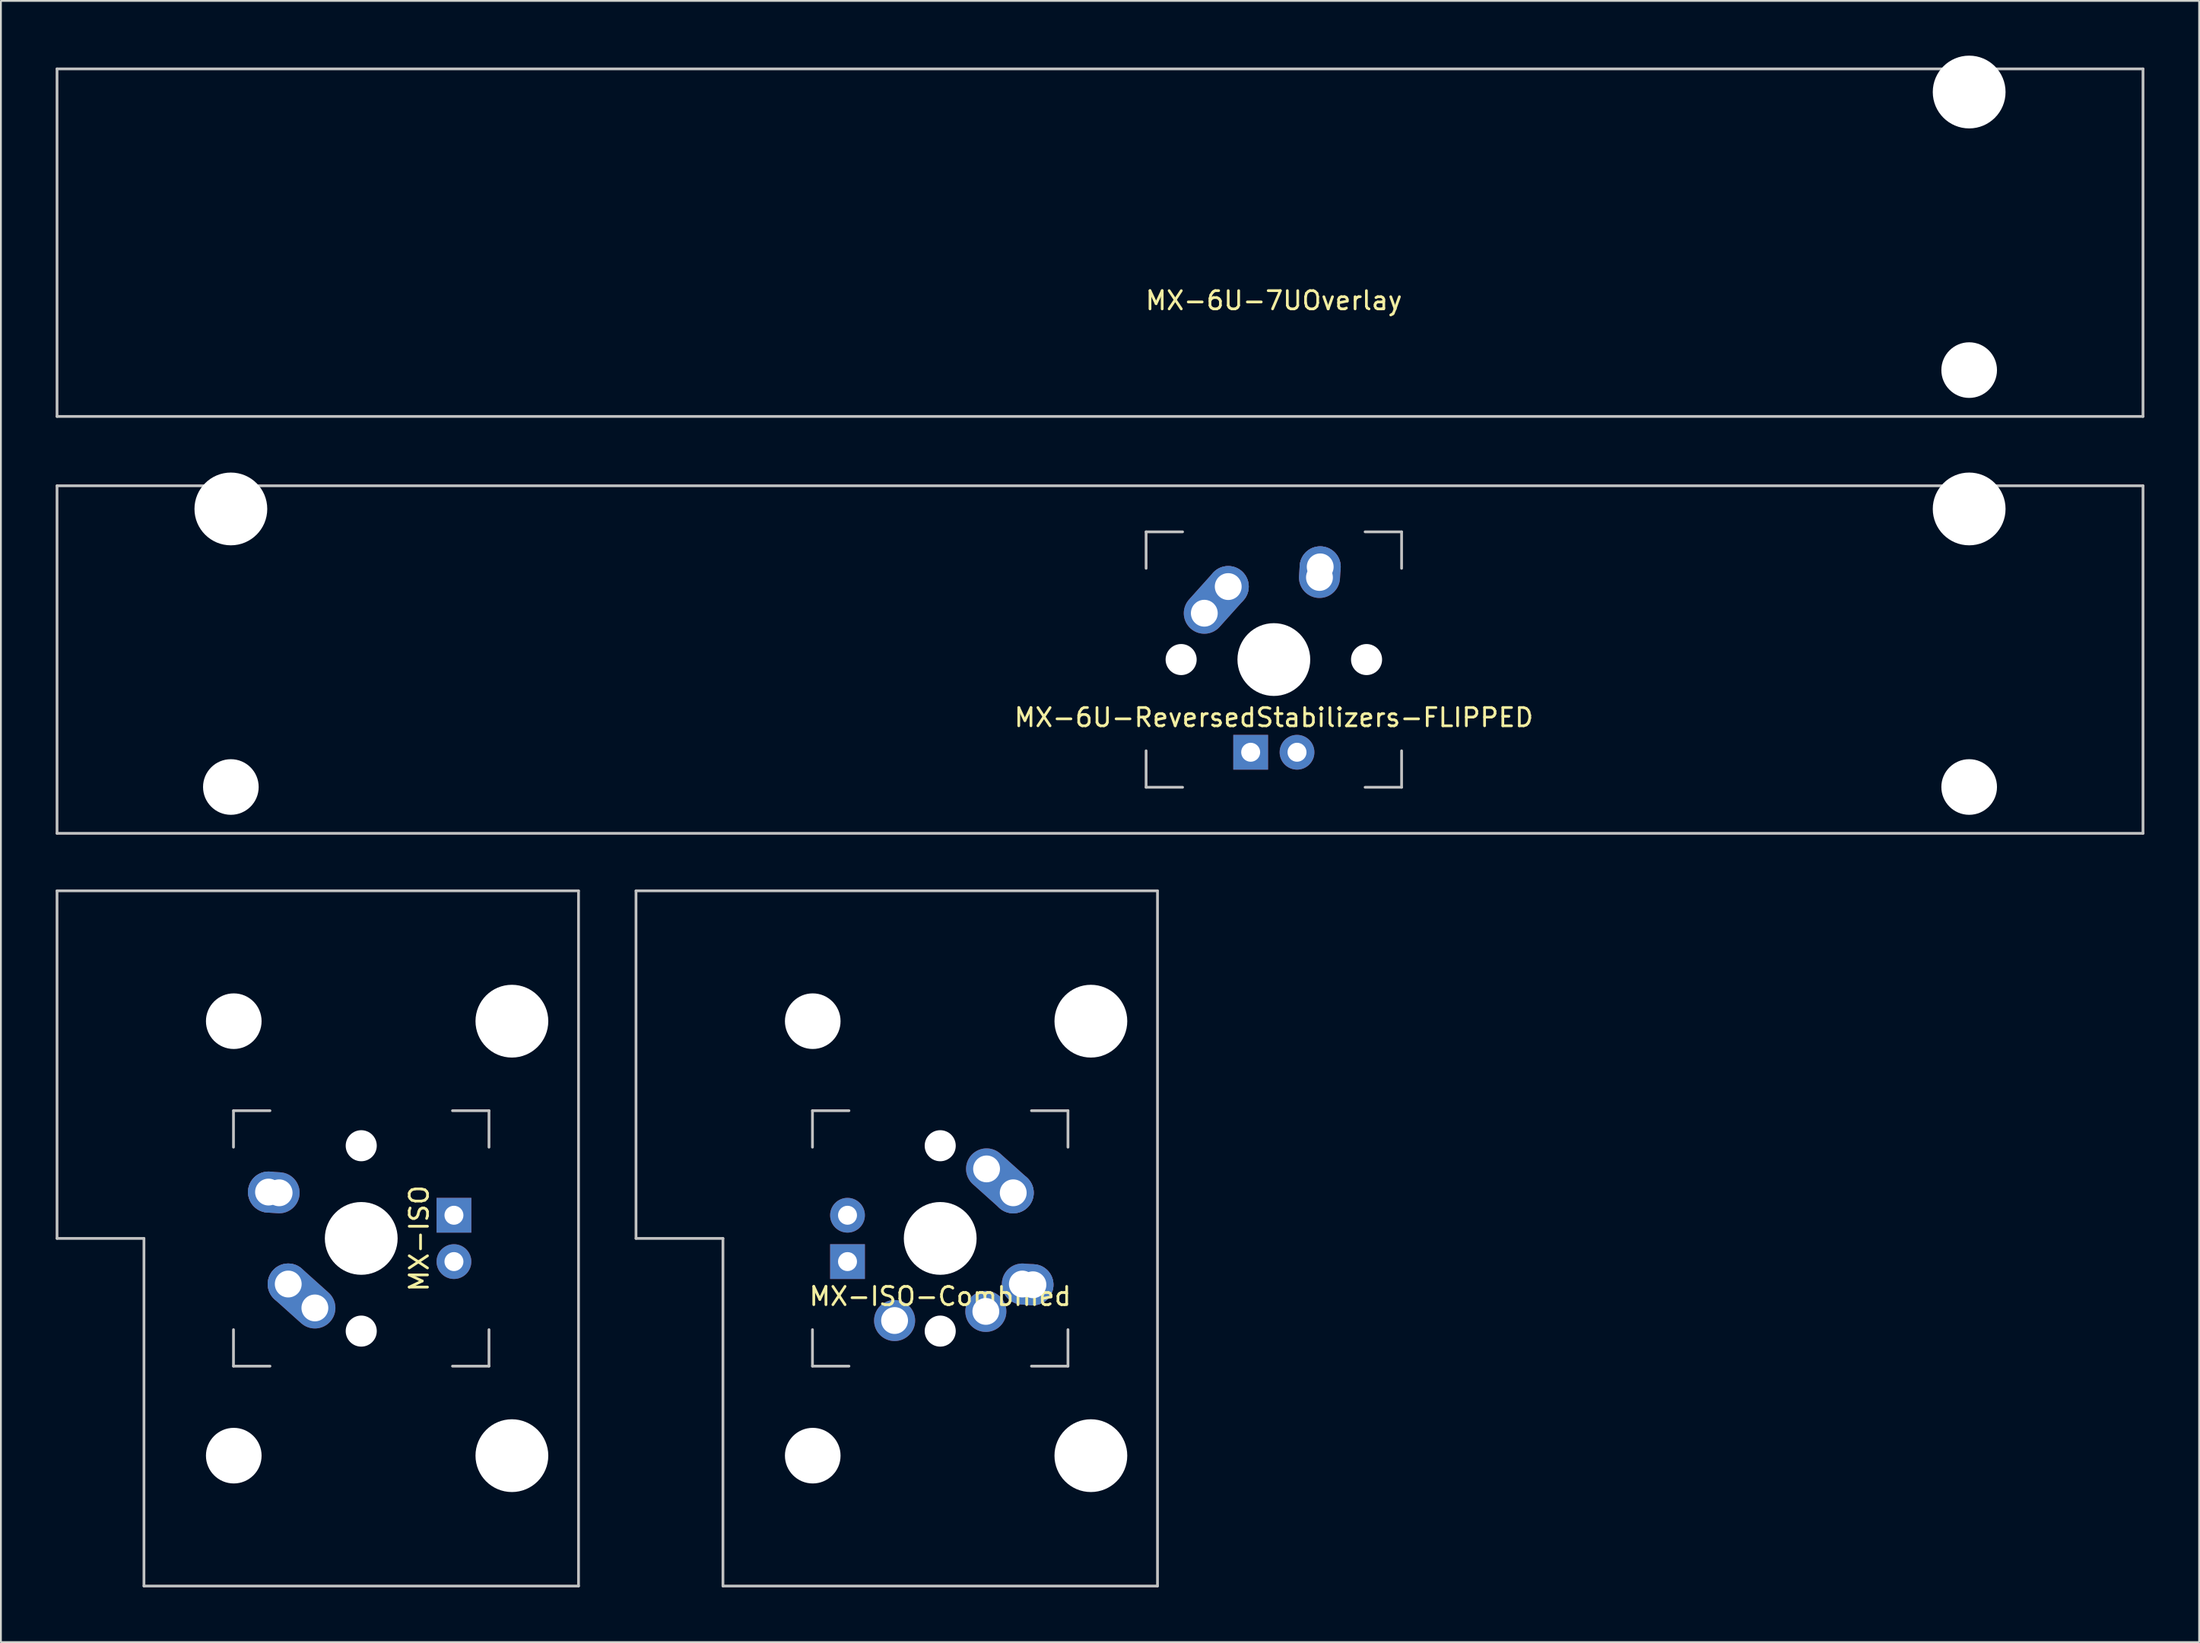
<source format=kicad_pcb>
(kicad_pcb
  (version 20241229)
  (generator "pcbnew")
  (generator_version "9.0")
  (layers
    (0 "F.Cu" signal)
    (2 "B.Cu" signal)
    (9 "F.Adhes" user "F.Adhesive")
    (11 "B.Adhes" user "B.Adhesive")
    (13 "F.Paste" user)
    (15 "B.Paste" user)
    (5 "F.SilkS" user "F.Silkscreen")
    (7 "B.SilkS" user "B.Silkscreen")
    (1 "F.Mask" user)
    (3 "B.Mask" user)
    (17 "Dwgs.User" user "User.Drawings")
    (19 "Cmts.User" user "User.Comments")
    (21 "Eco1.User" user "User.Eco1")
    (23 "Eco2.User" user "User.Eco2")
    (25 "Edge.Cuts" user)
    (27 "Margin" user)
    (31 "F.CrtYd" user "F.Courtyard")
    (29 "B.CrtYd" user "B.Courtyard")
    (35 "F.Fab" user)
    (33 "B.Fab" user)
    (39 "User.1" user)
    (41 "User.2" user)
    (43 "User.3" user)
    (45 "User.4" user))
  (footprint "MX-6U-ReversedStabilizers-FLIPPED"
    (layer "F.Cu")
    (at 57.225 33.098)
    (property "Reference" "MX-6U-ReversedStabilizers-FLIPPED" (at 9.525 3.175 0) (layer "F.SilkS") (effects (font (size 1 1) (thickness 0.15))))
    (attr through_hole)
    (fp_line (start -57.15 -9.525) (end 57.15 -9.525) (stroke (width 0.15) (type solid)) (layer "Dwgs.User"))
    (fp_line (start -57.15 9.525) (end -57.15 -9.525) (stroke (width 0.15) (type solid)) (layer "Dwgs.User"))
    (fp_line (start -57.15 9.525) (end 57.15 9.525) (stroke (width 0.15) (type solid)) (layer "Dwgs.User"))
    (fp_line (start 2.525 -7) (end 2.525 -5) (stroke (width 0.15) (type solid)) (layer "Dwgs.User"))
    (fp_line (start 2.525 5) (end 2.525 7) (stroke (width 0.15) (type solid)) (layer "Dwgs.User"))
    (fp_line (start 2.525 7) (end 4.525 7) (stroke (width 0.15) (type solid)) (layer "Dwgs.User"))
    (fp_line (start 4.525 -7) (end 2.525 -7) (stroke (width 0.15) (type solid)) (layer "Dwgs.User"))
    (fp_line (start 14.525 -7) (end 16.525 -7) (stroke (width 0.15) (type solid)) (layer "Dwgs.User"))
    (fp_line (start 14.525 7) (end 16.525 7) (stroke (width 0.15) (type solid)) (layer "Dwgs.User"))
    (fp_line (start 16.525 -7) (end 16.525 -5) (stroke (width 0.15) (type solid)) (layer "Dwgs.User"))
    (fp_line (start 16.525 7) (end 16.525 5) (stroke (width 0.15) (type solid)) (layer "Dwgs.User"))
    (fp_line (start 57.15 -9.525) (end 57.15 9.525) (stroke (width 0.15) (type solid)) (layer "Dwgs.User"))
    (pad "" np_thru_hole circle (at -47.625 -8.255) (size 3.988 3.988) (drill 3.988) (layers "*.Cu" "*.Mask"))
    (pad "" np_thru_hole circle (at -47.625 6.985) (size 3.048 3.048) (drill 3.048) (layers "*.Cu" "*.Mask"))
    (pad "" np_thru_hole circle (at 4.445 0 48.1) (size 1.702 1.702) (drill 1.702) (layers "*.Cu" "*.Mask"))
    (pad "" np_thru_hole circle (at 9.525 0) (size 3.988 3.988) (drill 3.988) (layers "*.Cu" "*.Mask"))
    (pad "" np_thru_hole circle (at 14.605 0 48.1) (size 1.702 1.702) (drill 1.702) (layers "*.Cu" "*.Mask"))
    (pad "" np_thru_hole circle (at 47.625 -8.255) (size 3.988 3.988) (drill 3.988) (layers "*.Cu" "*.Mask"))
    (pad "" np_thru_hole circle (at 47.625 6.985) (size 3.048 3.048) (drill 3.048) (layers "*.Cu" "*.Mask"))
    (pad "1" thru_hole oval (at 5.715 -2.54 48.1) (size 4.212 2.25) (drill 1.47 (offset 0.981 0)) (layers "*.Cu" "*.Mask"))
    (pad "1" thru_hole circle (at 7.025 -4) (size 2.25 2.25) (drill 1.47) (layers "*.Cu" "*.Mask"))
    (pad "2" thru_hole oval (at 12.025 -4.5 86.055) (size 2.831 2.25) (drill 1.47 (offset 0.291 0)) (layers "*.Cu" "*.Mask"))
    (pad "2" thru_hole circle (at 12.065 -5.08) (size 2.25 2.25) (drill 1.47) (layers "*.Cu" "*.Mask"))
    (pad "3" thru_hole circle (at 10.795 5.08) (size 1.905 1.905) (drill 1.04) (layers "*.Cu" "*.Mask"))
    (pad "4" thru_hole rect (at 8.255 5.08) (size 1.905 1.905) (drill 1.04) (layers "*.Cu" "*.Mask")))
  (footprint "MX-ISO"
    (layer "F.Cu")
    (at 16.744 64.823)
    (property "Reference" "MX-ISO" (at 3.175 0 90) (layer "F.SilkS") (effects (font (size 1 1) (thickness 0.15))))
    (attr through_hole)
    (fp_line (start -16.669 -19.05) (end -16.669 0) (stroke (width 0.15) (type solid)) (layer "Dwgs.User"))
    (fp_line (start -16.669 -19.05) (end 11.906 -19.05) (stroke (width 0.15) (type solid)) (layer "Dwgs.User"))
    (fp_line (start -11.906 0) (end -16.669 0) (stroke (width 0.15) (type solid)) (layer "Dwgs.User"))
    (fp_line (start -11.906 19.05) (end -11.906 0) (stroke (width 0.15) (type solid)) (layer "Dwgs.User"))
    (fp_line (start -11.906 19.05) (end 11.906 19.05) (stroke (width 0.15) (type solid)) (layer "Dwgs.User"))
    (fp_line (start -7 -7) (end -7 -5) (stroke (width 0.15) (type solid)) (layer "Dwgs.User"))
    (fp_line (start -7 5) (end -7 7) (stroke (width 0.15) (type solid)) (layer "Dwgs.User"))
    (fp_line (start -7 7) (end -5 7) (stroke (width 0.15) (type solid)) (layer "Dwgs.User"))
    (fp_line (start -5 -7) (end -7 -7) (stroke (width 0.15) (type solid)) (layer "Dwgs.User"))
    (fp_line (start 5 -7) (end 7 -7) (stroke (width 0.15) (type solid)) (layer "Dwgs.User"))
    (fp_line (start 5 7) (end 7 7) (stroke (width 0.15) (type solid)) (layer "Dwgs.User"))
    (fp_line (start 7 -7) (end 7 -5) (stroke (width 0.15) (type solid)) (layer "Dwgs.User"))
    (fp_line (start 7 7) (end 7 5) (stroke (width 0.15) (type solid)) (layer "Dwgs.User"))
    (fp_line (start 11.906 -19.05) (end 11.906 19.05) (stroke (width 0.15) (type solid)) (layer "Dwgs.User"))
    (pad "" np_thru_hole circle (at -6.985 -11.906) (size 3.048 3.048) (drill 3.048) (layers "*.Cu" "*.Mask"))
    (pad "" np_thru_hole circle (at -6.985 11.906) (size 3.048 3.048) (drill 3.048) (layers "*.Cu" "*.Mask"))
    (pad "" np_thru_hole circle (at 0 -5.08 48.1) (size 1.702 1.702) (drill 1.702) (layers "*.Cu" "*.Mask"))
    (pad "" np_thru_hole circle (at 0 0) (size 3.988 3.988) (drill 3.988) (layers "*.Cu" "*.Mask"))
    (pad "" np_thru_hole circle (at 0 5.08 48.1) (size 1.702 1.702) (drill 1.702) (layers "*.Cu" "*.Mask"))
    (pad "" np_thru_hole circle (at 8.255 -11.906) (size 3.988 3.988) (drill 3.988) (layers "*.Cu" "*.Mask"))
    (pad "" np_thru_hole circle (at 8.255 11.906) (size 3.988 3.988) (drill 3.988) (layers "*.Cu" "*.Mask"))
    (pad "1" thru_hole circle (at -4 2.5) (size 2.25 2.25) (drill 1.47) (layers "*.Cu" "*.Mask"))
    (pad "1" thru_hole oval (at -2.54 3.81 138.1) (size 4.212 2.25) (drill 1.47 (offset 0.981 0)) (layers "*.Cu" "*.Mask"))
    (pad "2" thru_hole circle (at -5.08 -2.54) (size 2.25 2.25) (drill 1.47) (layers "*.Cu" "*.Mask"))
    (pad "2" thru_hole oval (at -4.5 -2.5 176.055) (size 2.831 2.25) (drill 1.47 (offset 0.291 0)) (layers "*.Cu" "*.Mask"))
    (pad "3" thru_hole circle (at 5.08 1.27) (size 1.905 1.905) (drill 1.04) (layers "*.Cu" "*.Mask"))
    (pad "4" thru_hole rect (at 5.08 -1.27) (size 1.905 1.905) (drill 1.04) (layers "*.Cu" "*.Mask")))
  (footprint "MX-ISO-Combined"
    (layer "F.Cu")
    (at 48.469 64.823)
    (property "Reference" "MX-ISO-Combined" (at 0 3.175 0) (layer "F.SilkS") (effects (font (size 1 1) (thickness 0.15))))
    (attr through_hole)
    (fp_line (start -16.669 -19.05) (end -16.669 0) (stroke (width 0.15) (type solid)) (layer "Dwgs.User"))
    (fp_line (start -16.669 -19.05) (end 11.906 -19.05) (stroke (width 0.15) (type solid)) (layer "Dwgs.User"))
    (fp_line (start -11.906 0) (end -16.669 0) (stroke (width 0.15) (type solid)) (layer "Dwgs.User"))
    (fp_line (start -11.906 19.05) (end -11.906 0) (stroke (width 0.15) (type solid)) (layer "Dwgs.User"))
    (fp_line (start -11.906 19.05) (end 11.906 19.05) (stroke (width 0.15) (type solid)) (layer "Dwgs.User"))
    (fp_line (start -7 -7) (end -7 -5) (stroke (width 0.15) (type solid)) (layer "Dwgs.User"))
    (fp_line (start -7 5) (end -7 7) (stroke (width 0.15) (type solid)) (layer "Dwgs.User"))
    (fp_line (start -7 7) (end -5 7) (stroke (width 0.15) (type solid)) (layer "Dwgs.User"))
    (fp_line (start -5 -7) (end -7 -7) (stroke (width 0.15) (type solid)) (layer "Dwgs.User"))
    (fp_line (start 5 -7) (end 7 -7) (stroke (width 0.15) (type solid)) (layer "Dwgs.User"))
    (fp_line (start 5 7) (end 7 7) (stroke (width 0.15) (type solid)) (layer "Dwgs.User"))
    (fp_line (start 7 -7) (end 7 -5) (stroke (width 0.15) (type solid)) (layer "Dwgs.User"))
    (fp_line (start 7 7) (end 7 5) (stroke (width 0.15) (type solid)) (layer "Dwgs.User"))
    (fp_line (start 11.906 -19.05) (end 11.906 19.05) (stroke (width 0.15) (type solid)) (layer "Dwgs.User"))
    (pad "" np_thru_hole circle (at -6.985 -11.906) (size 3.048 3.048) (drill 3.048) (layers "*.Cu" "*.Mask"))
    (pad "" np_thru_hole circle (at -6.985 11.906) (size 3.048 3.048) (drill 3.048) (layers "*.Cu" "*.Mask"))
    (pad "" np_thru_hole circle (at 0 -5.08 48.1) (size 1.702 1.702) (drill 1.702) (layers "*.Cu" "*.Mask"))
    (pad "" np_thru_hole circle (at 0 0) (size 3.988 3.988) (drill 3.988) (layers "*.Cu" "*.Mask"))
    (pad "" np_thru_hole circle (at 0 5.08 48.1) (size 1.702 1.702) (drill 1.702) (layers "*.Cu" "*.Mask"))
    (pad "" np_thru_hole circle (at 8.255 -11.906) (size 3.988 3.988) (drill 3.988) (layers "*.Cu" "*.Mask"))
    (pad "" np_thru_hole circle (at 8.255 11.906) (size 3.988 3.988) (drill 3.988) (layers "*.Cu" "*.Mask"))
    (pad "1" thru_hole circle (at 2.5 4) (size 2.25 2.25) (drill 1.47) (layers "*.Cu" "*.Mask"))
    (pad "1" thru_hole oval (at 4.5 2.5 356.055) (size 2.831 2.25) (drill 1.47 (offset 0.291 0)) (layers "*.Cu" "*.Mask"))
    (pad "1" thru_hole circle (at 5.08 2.54) (size 2.25 2.25) (drill 1.47) (layers "*.Cu" "*.Mask"))
    (pad "2" thru_hole circle (at -2.5 4.5) (size 2.25 2.25) (drill 1.47) (layers "*.Cu" "*.Mask"))
    (pad "2" thru_hole oval (at 2.54 -3.81 318.1) (size 4.212 2.25) (drill 1.47 (offset 0.981 0)) (layers "*.Cu" "*.Mask"))
    (pad "2" thru_hole circle (at 4 -2.5) (size 2.25 2.25) (drill 1.47) (layers "*.Cu" "*.Mask"))
    (pad "3" thru_hole circle (at -5.08 -1.27) (size 1.905 1.905) (drill 1.04) (layers "*.Cu" "*.Mask"))
    (pad "4" thru_hole rect (at -5.08 1.27) (size 1.905 1.905) (drill 1.04) (layers "*.Cu" "*.Mask")))
  (footprint "MX-6U-7UOverlay"
    (layer "F.Cu")
    (at 57.225 10.249)
    (property "Reference" "MX-6U-7UOverlay" (at 9.525 3.175 0) (layer "F.SilkS") (effects (font (size 1 1) (thickness 0.15))))
    (attr through_hole)
    (fp_line (start -57.15 -9.525) (end 57.15 -9.525) (stroke (width 0.15) (type solid)) (layer "Dwgs.User"))
    (fp_line (start -57.15 9.525) (end -57.15 -9.525) (stroke (width 0.15) (type solid)) (layer "Dwgs.User"))
    (fp_line (start -57.15 9.525) (end 57.15 9.525) (stroke (width 0.15) (type solid)) (layer "Dwgs.User"))
    (fp_line (start 57.15 -9.525) (end 57.15 9.525) (stroke (width 0.15) (type solid)) (layer "Dwgs.User"))
    (pad "" np_thru_hole circle (at 47.625 -8.255) (size 3.988 3.988) (drill 3.988) (layers "*.Cu" "*.Mask"))
    (pad "" np_thru_hole circle (at 47.625 6.985) (size 3.048 3.048) (drill 3.048) (layers "*.Cu" "*.Mask")))
  (gr_rect
    (start -3 -3)
    (end 117.45 86.948)
    (stroke (width 0.1) (type default))
    (fill no)
    (layer "Edge.Cuts")))
</source>
